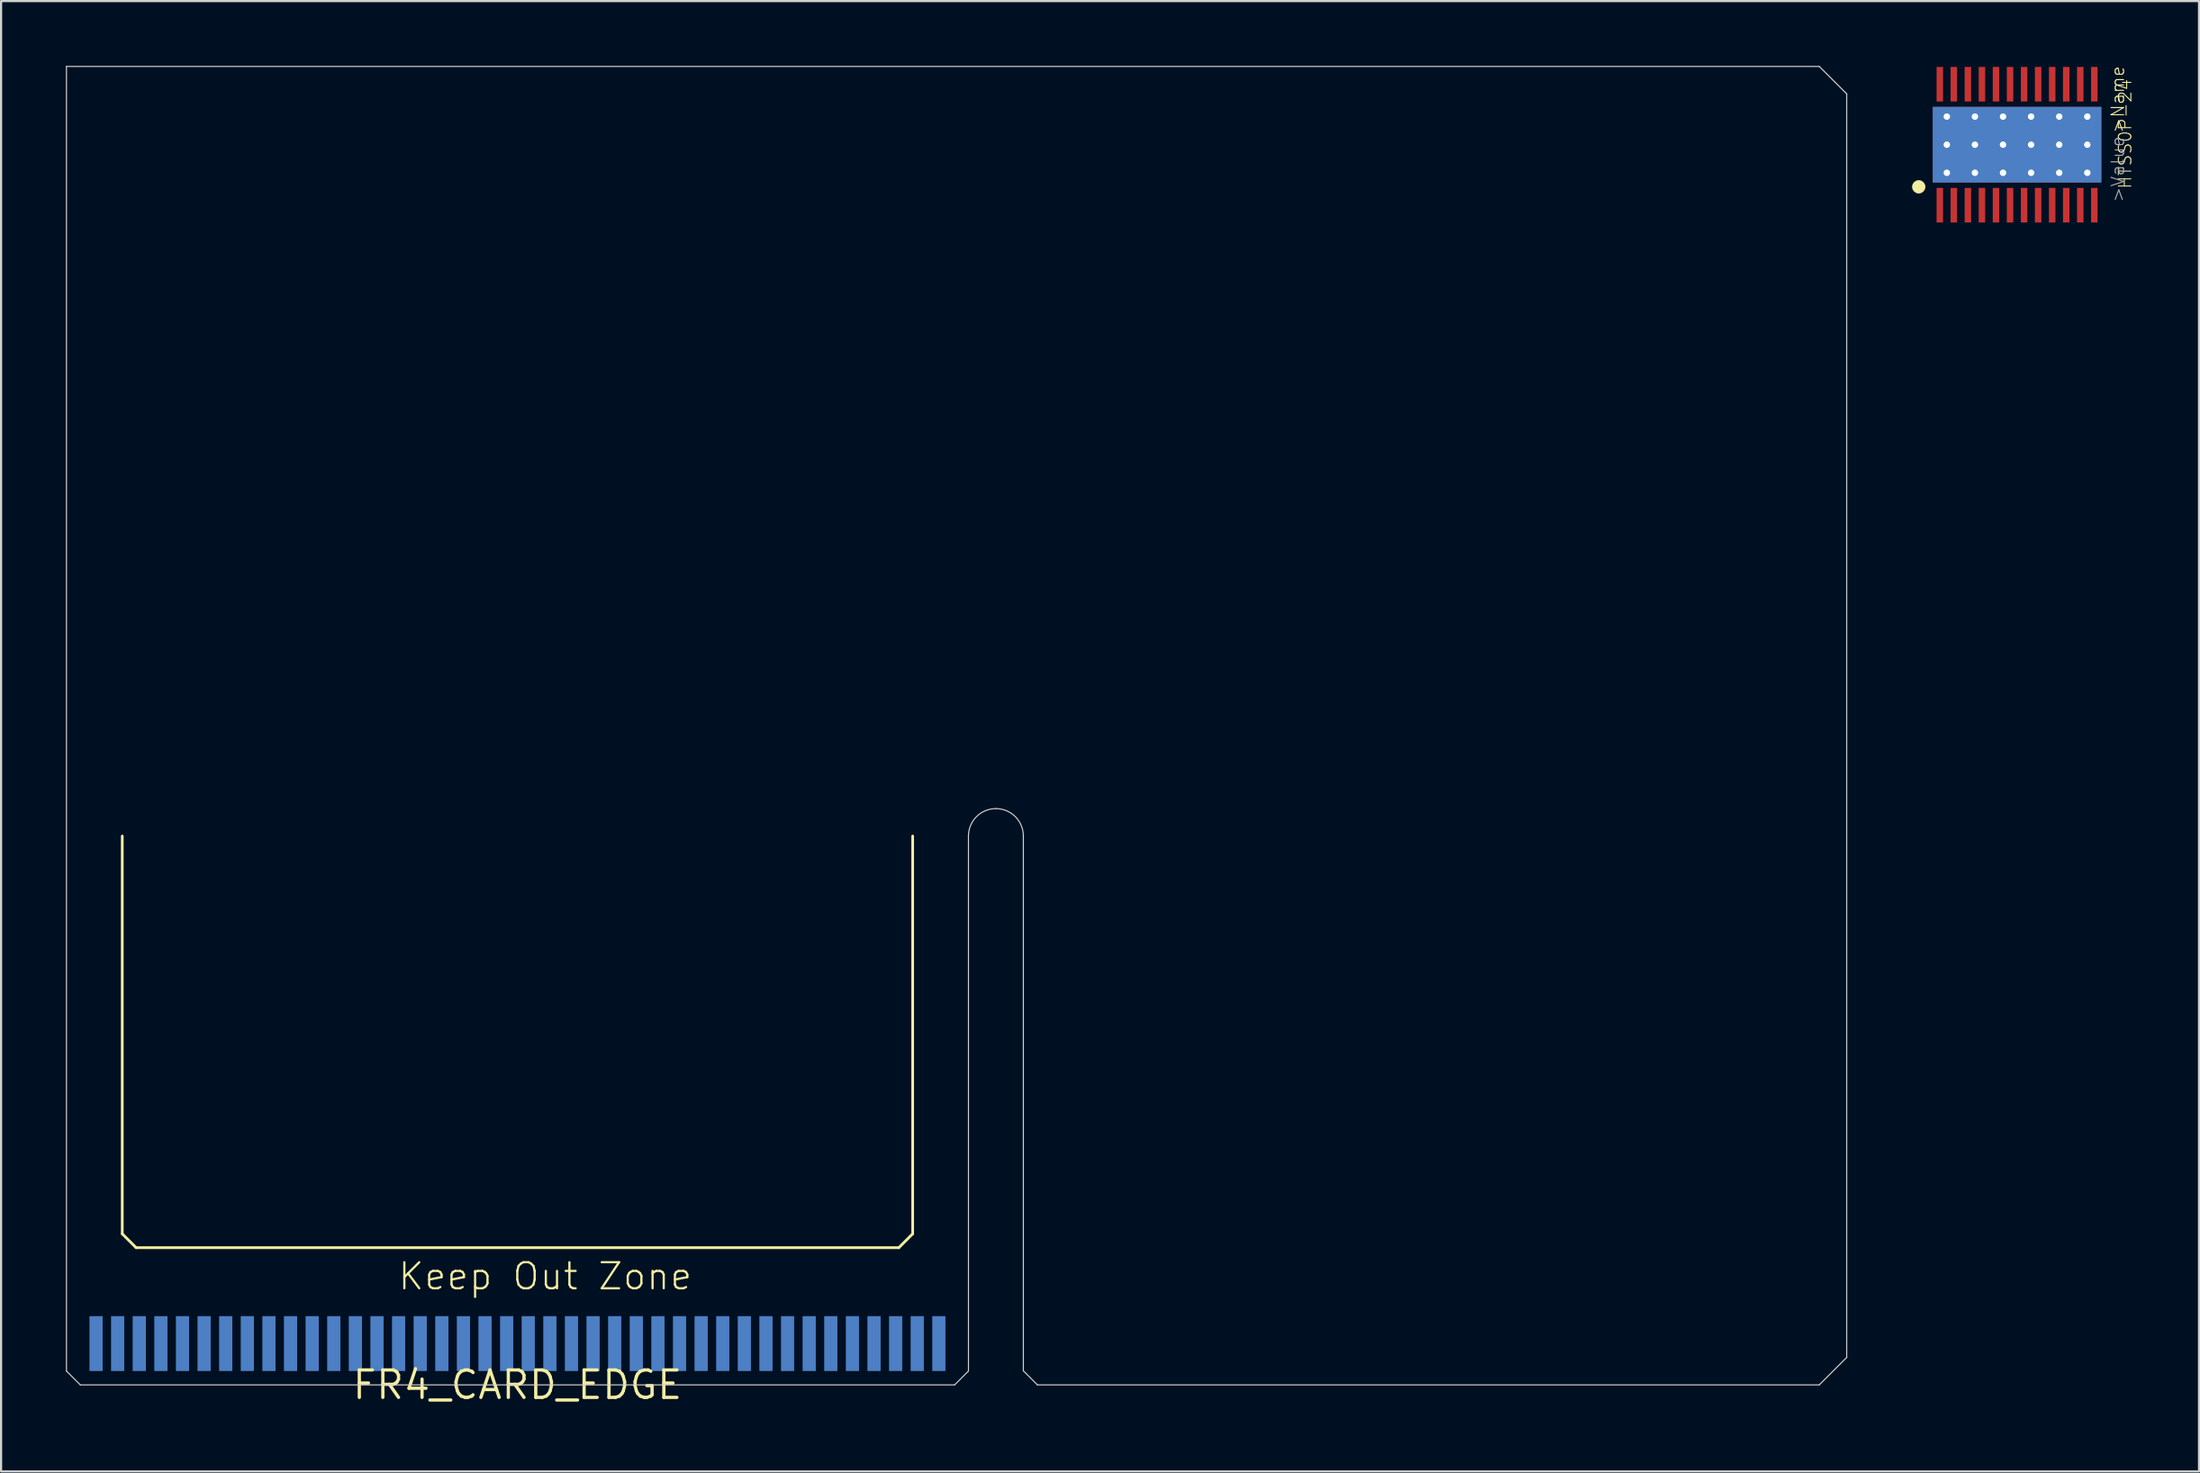
<source format=kicad_pcb>
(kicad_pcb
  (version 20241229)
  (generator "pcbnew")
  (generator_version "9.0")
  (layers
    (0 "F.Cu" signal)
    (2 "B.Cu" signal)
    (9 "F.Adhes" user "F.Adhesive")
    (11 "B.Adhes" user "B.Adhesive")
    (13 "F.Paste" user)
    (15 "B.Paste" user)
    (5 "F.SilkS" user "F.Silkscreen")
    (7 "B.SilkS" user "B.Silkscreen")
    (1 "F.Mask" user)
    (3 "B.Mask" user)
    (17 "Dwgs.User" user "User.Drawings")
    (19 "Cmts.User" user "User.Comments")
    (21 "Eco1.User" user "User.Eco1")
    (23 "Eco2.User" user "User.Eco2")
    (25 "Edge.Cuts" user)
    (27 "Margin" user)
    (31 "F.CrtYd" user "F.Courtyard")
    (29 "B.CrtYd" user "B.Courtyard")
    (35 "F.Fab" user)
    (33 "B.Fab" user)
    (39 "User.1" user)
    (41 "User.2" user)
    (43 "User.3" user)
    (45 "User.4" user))
  (footprint "HTSS0P-24"
    (layer "F.Cu")
    (at 90.288 3.647)
    (property "Reference" "HTSS0P-24" (at 5 -0.5 90) (layer "F.SilkS") (effects (font (size 0.579 0.579) (thickness 0.046))))
    (attr through_hole)
    (fp_poly (pts (xy -2.4 -1.2) (xy 2.4 -1.2) (xy 2.4 1.2) (xy -2.4 1.2)) (stroke (width 0) (type solid)) (fill yes) (layer "F.Mask"))
    (fp_circle (center -4.55 1.95) (end -4.392 1.95) (stroke (width 0.3) (type solid)) (fill no) (layer "F.SilkS"))
    (fp_poly (pts (xy -2.4 -1.2) (xy -0.2 -1.2) (xy -0.2 -0.2) (xy -2.4 -0.2)) (stroke (width 0) (type solid)) (fill yes) (layer "F.Paste"))
    (fp_poly (pts (xy -2.4 0.2) (xy -0.2 0.2) (xy -0.2 1.2) (xy -2.4 1.2)) (stroke (width 0) (type solid)) (fill yes) (layer "F.Paste"))
    (fp_poly (pts (xy 0.2 -1.2) (xy 2.4 -1.2) (xy 2.4 -0.2) (xy 0.2 -0.2)) (stroke (width 0) (type solid)) (fill yes) (layer "F.Paste"))
    (fp_poly (pts (xy 0.2 0.2) (xy 2.4 0.2) (xy 2.4 1.2) (xy 0.2 1.2)) (stroke (width 0) (type solid)) (fill yes) (layer "F.Paste"))
    (fp_text user ">Name" (at 5 -0.5 90) (layer "F.SilkS") (effects (font (size 0.579 0.579) (thickness 0.049)) (justify left bottom)))
    (fp_text user ">Value" (at 5 2.7 90) (layer "F.Fab") (effects (font (size 0.579 0.579) (thickness 0.049)) (justify left bottom)))
    (pad "GND" smd rect (at 0 0 180) (size 7.8 3.5) (layers "B.Cu" "B.Mask"))
    (pad "GND@1" smd rect (at 0 0) (size 7.8 3.5) (layers "F.Cu" "F.Mask"))
    (pad "GND@3" thru_hole circle (at -3.25 -1.3) (size 0.808 0.808) (drill 0.3) (layers "*.Cu" "*.Mask"))
    (pad "GND@4" thru_hole circle (at -1.95 -1.3) (size 0.808 0.808) (drill 0.3) (layers "*.Cu" "*.Mask"))
    (pad "GND@5" thru_hole circle (at -0.65 -1.3) (size 0.808 0.808) (drill 0.3) (layers "*.Cu" "*.Mask"))
    (pad "GND@6" thru_hole circle (at 0.65 -1.3) (size 0.808 0.808) (drill 0.3) (layers "*.Cu" "*.Mask"))
    (pad "GND@7" thru_hole circle (at 1.95 -1.3) (size 0.808 0.808) (drill 0.3) (layers "*.Cu" "*.Mask"))
    (pad "GND@8" thru_hole circle (at 3.25 -1.3) (size 0.808 0.808) (drill 0.3) (layers "*.Cu" "*.Mask"))
    (pad "GND@9" thru_hole circle (at 3.25 0) (size 0.808 0.808) (drill 0.3) (layers "*.Cu" "*.Mask"))
    (pad "GND@10" thru_hole circle (at 1.95 0) (size 0.808 0.808) (drill 0.3) (layers "*.Cu" "*.Mask"))
    (pad "GND@11" thru_hole circle (at 0.65 0) (size 0.808 0.808) (drill 0.3) (layers "*.Cu" "*.Mask"))
    (pad "GND@12" thru_hole circle (at -0.65 0) (size 0.808 0.808) (drill 0.3) (layers "*.Cu" "*.Mask"))
    (pad "GND@13" thru_hole circle (at -1.95 0) (size 0.808 0.808) (drill 0.3) (layers "*.Cu" "*.Mask"))
    (pad "GND@14" thru_hole circle (at -3.25 0) (size 0.808 0.808) (drill 0.3) (layers "*.Cu" "*.Mask"))
    (pad "GND@15" thru_hole circle (at -3.25 1.3) (size 0.808 0.808) (drill 0.3) (layers "*.Cu" "*.Mask"))
    (pad "GND@16" thru_hole circle (at -1.95 1.3) (size 0.808 0.808) (drill 0.3) (layers "*.Cu" "*.Mask"))
    (pad "GND@17" thru_hole circle (at -0.65 1.3) (size 0.808 0.808) (drill 0.3) (layers "*.Cu" "*.Mask"))
    (pad "GND@18" thru_hole circle (at 0.65 1.3) (size 0.808 0.808) (drill 0.3) (layers "*.Cu" "*.Mask"))
    (pad "GND@19" thru_hole circle (at 1.95 1.3) (size 0.808 0.808) (drill 0.3) (layers "*.Cu" "*.Mask"))
    (pad "GND@20" thru_hole circle (at 3.25 1.3) (size 0.808 0.808) (drill 0.3) (layers "*.Cu" "*.Mask"))
    (pad "P$1" smd rect (at -3.575 2.8) (size 0.3 1.6) (layers "F.Cu" "F.Mask" "F.Paste"))
    (pad "P$2" smd rect (at -2.925 2.8) (size 0.3 1.6) (layers "F.Cu" "F.Mask" "F.Paste"))
    (pad "P$3" smd rect (at -2.275 2.8) (size 0.3 1.6) (layers "F.Cu" "F.Mask" "F.Paste"))
    (pad "P$4" smd rect (at -1.625 2.8) (size 0.3 1.6) (layers "F.Cu" "F.Mask" "F.Paste"))
    (pad "P$5" smd rect (at -0.975 2.8) (size 0.3 1.6) (layers "F.Cu" "F.Mask" "F.Paste"))
    (pad "P$6" smd rect (at -0.325 2.8) (size 0.3 1.6) (layers "F.Cu" "F.Mask" "F.Paste"))
    (pad "P$7" smd rect (at 0.325 2.8) (size 0.3 1.6) (layers "F.Cu" "F.Mask" "F.Paste"))
    (pad "P$8" smd rect (at 0.975 2.8) (size 0.3 1.6) (layers "F.Cu" "F.Mask" "F.Paste"))
    (pad "P$9" smd rect (at 1.625 2.8) (size 0.3 1.6) (layers "F.Cu" "F.Mask" "F.Paste"))
    (pad "P$10" smd rect (at 2.275 2.8) (size 0.3 1.6) (layers "F.Cu" "F.Mask" "F.Paste"))
    (pad "P$11" smd rect (at 2.925 2.8) (size 0.3 1.6) (layers "F.Cu" "F.Mask" "F.Paste"))
    (pad "P$12" smd rect (at 3.575 2.8) (size 0.3 1.6) (layers "F.Cu" "F.Mask" "F.Paste"))
    (pad "P$13" smd rect (at 3.575 -2.8) (size 0.3 1.6) (layers "F.Cu" "F.Mask" "F.Paste"))
    (pad "P$14" smd rect (at 2.925 -2.8) (size 0.3 1.6) (layers "F.Cu" "F.Mask" "F.Paste"))
    (pad "P$15" smd rect (at 2.275 -2.8) (size 0.3 1.6) (layers "F.Cu" "F.Mask" "F.Paste"))
    (pad "P$16" smd rect (at 1.625 -2.8) (size 0.3 1.6) (layers "F.Cu" "F.Mask" "F.Paste"))
    (pad "P$17" smd rect (at 0.975 -2.8) (size 0.3 1.6) (layers "F.Cu" "F.Mask" "F.Paste"))
    (pad "P$18" smd rect (at 0.325 -2.8) (size 0.3 1.6) (layers "F.Cu" "F.Mask" "F.Paste"))
    (pad "P$19" smd rect (at -0.325 -2.8) (size 0.3 1.6) (layers "F.Cu" "F.Mask" "F.Paste"))
    (pad "P$20" smd rect (at -0.975 -2.8) (size 0.3 1.6) (layers "F.Cu" "F.Mask" "F.Paste"))
    (pad "P$21" smd rect (at -1.625 -2.8) (size 0.3 1.6) (layers "F.Cu" "F.Mask" "F.Paste"))
    (pad "P$22" smd rect (at -2.275 -2.8) (size 0.3 1.6) (layers "F.Cu" "F.Mask" "F.Paste"))
    (pad "P$23" smd rect (at -2.925 -2.8) (size 0.3 1.6) (layers "F.Cu" "F.Mask" "F.Paste"))
    (pad "P$24" smd rect (at -3.575 -2.8) (size 0.3 1.6) (layers "F.Cu" "F.Mask" "F.Paste")))
  (footprint "FR4_CARD_EDGE"
    (layer "F.Cu")
    (at 20.895 61.045)
    (property "Reference" "FR4_CARD_EDGE" (at 0 0 0) (layer "F.SilkS") (effects (font (size 1.27 1.27) (thickness 0.15))))
    (attr through_hole)
    (fp_line (start -18.288 -6.99) (end -18.288 -25.4) (stroke (width 0.127) (type solid)) (layer "F.SilkS"))
    (fp_line (start -17.648 -6.35) (end -18.288 -6.99) (stroke (width 0.127) (type solid)) (layer "F.SilkS"))
    (fp_line (start 17.648 -6.35) (end -17.648 -6.35) (stroke (width 0.127) (type solid)) (layer "F.SilkS"))
    (fp_line (start 17.648 -6.35) (end 18.288 -6.99) (stroke (width 0.127) (type solid)) (layer "F.SilkS"))
    (fp_line (start 18.288 -6.99) (end 18.288 -25.4) (stroke (width 0.127) (type solid)) (layer "F.SilkS"))
    (fp_line (start -20.87 -0.64) (end -20.87 -61.02) (stroke (width 0.05) (type solid)) (layer "Edge.Cuts"))
    (fp_line (start -20.23 0) (end -20.87 -0.64) (stroke (width 0.05) (type solid)) (layer "Edge.Cuts"))
    (fp_line (start 20.23 0) (end -20.23 0) (stroke (width 0.05) (type solid)) (layer "Edge.Cuts"))
    (fp_line (start 20.23 0) (end 20.87 -0.64) (stroke (width 0.05) (type solid)) (layer "Edge.Cuts"))
    (fp_line (start 20.87 -0.64) (end 20.87 -25.4) (stroke (width 0.05) (type solid)) (layer "Edge.Cuts"))
    (fp_line (start 23.41 -25.4) (end 23.41 -0.65) (stroke (width 0.05) (type solid)) (layer "Edge.Cuts"))
    (fp_line (start 23.41 -0.65) (end 24.06 0) (stroke (width 0.05) (type solid)) (layer "Edge.Cuts"))
    (fp_line (start 24.06 0) (end 60.24 0) (stroke (width 0.05) (type solid)) (layer "Edge.Cuts"))
    (fp_line (start 60.24 -61.02) (end -20.87 -61.02) (stroke (width 0.05) (type solid)) (layer "Edge.Cuts"))
    (fp_line (start 60.24 0) (end 61.51 -1.27) (stroke (width 0.05) (type solid)) (layer "Edge.Cuts"))
    (fp_line (start 61.51 -59.75) (end 60.24 -61.02) (stroke (width 0.05) (type solid)) (layer "Edge.Cuts"))
    (fp_line (start 61.51 -1.27) (end 61.51 -59.75) (stroke (width 0.05) (type solid)) (layer "Edge.Cuts"))
    (fp_arc (start 20.87 -25.4) (mid 21.241974 -26.298026) (end 22.14 -26.67) (stroke (width 0.05) (type solid)) (layer "Edge.Cuts"))
    (fp_arc (start 22.14 -26.67) (mid 23.038026 -26.298026) (end 23.41 -25.4) (stroke (width 0.05) (type solid)) (layer "Edge.Cuts"))
    (fp_text user "Keep Out Zone" (at -5.588 -4.318 0) (layer "F.SilkS") (effects (font (size 1.206 1.206) (thickness 0.102)) (justify left bottom)))
    (pad "P$1" smd rect (at -19.5 -1.91 180) (size 0.61 2.54) (layers "B.Cu" "B.Mask" "B.Paste"))
    (pad "P$2" smd rect (at -18.5 -1.91 180) (size 0.61 2.54) (layers "B.Cu" "B.Mask" "B.Paste"))
    (pad "P$3" smd rect (at -17.5 -1.91 180) (size 0.61 2.54) (layers "B.Cu" "B.Mask" "B.Paste"))
    (pad "P$4" smd rect (at -16.5 -1.91 180) (size 0.61 2.54) (layers "B.Cu" "B.Mask" "B.Paste"))
    (pad "P$5" smd rect (at -15.5 -1.91 180) (size 0.61 2.54) (layers "B.Cu" "B.Mask" "B.Paste"))
    (pad "P$6" smd rect (at -14.5 -1.91 180) (size 0.61 2.54) (layers "B.Cu" "B.Mask" "B.Paste"))
    (pad "P$7" smd rect (at -13.5 -1.91 180) (size 0.61 2.54) (layers "B.Cu" "B.Mask" "B.Paste"))
    (pad "P$8" smd rect (at -12.5 -1.91 180) (size 0.61 2.54) (layers "B.Cu" "B.Mask" "B.Paste"))
    (pad "P$9" smd rect (at -11.5 -1.91 180) (size 0.61 2.54) (layers "B.Cu" "B.Mask" "B.Paste"))
    (pad "P$10" smd rect (at -10.5 -1.91 180) (size 0.61 2.54) (layers "B.Cu" "B.Mask" "B.Paste"))
    (pad "P$11" smd rect (at -9.5 -1.91 180) (size 0.61 2.54) (layers "B.Cu" "B.Mask" "B.Paste"))
    (pad "P$12" smd rect (at -8.5 -1.91 180) (size 0.61 2.54) (layers "B.Cu" "B.Mask" "B.Paste"))
    (pad "P$13" smd rect (at -7.5 -1.91 180) (size 0.61 2.54) (layers "B.Cu" "B.Mask" "B.Paste"))
    (pad "P$14" smd rect (at -6.5 -1.91 180) (size 0.61 2.54) (layers "B.Cu" "B.Mask" "B.Paste"))
    (pad "P$15" smd rect (at -5.5 -1.91 180) (size 0.61 2.54) (layers "B.Cu" "B.Mask" "B.Paste"))
    (pad "P$16" smd rect (at -4.5 -1.91 180) (size 0.61 2.54) (layers "B.Cu" "B.Mask" "B.Paste"))
    (pad "P$17" smd rect (at -3.5 -1.91 180) (size 0.61 2.54) (layers "B.Cu" "B.Mask" "B.Paste"))
    (pad "P$18" smd rect (at -2.5 -1.91 180) (size 0.61 2.54) (layers "B.Cu" "B.Mask" "B.Paste"))
    (pad "P$19" smd rect (at -1.5 -1.91 180) (size 0.61 2.54) (layers "B.Cu" "B.Mask" "B.Paste"))
    (pad "P$20" smd rect (at -0.5 -1.91 180) (size 0.61 2.54) (layers "B.Cu" "B.Mask" "B.Paste"))
    (pad "P$21" smd rect (at 0.5 -1.91 180) (size 0.61 2.54) (layers "B.Cu" "B.Mask" "B.Paste"))
    (pad "P$22" smd rect (at 1.5 -1.91 180) (size 0.61 2.54) (layers "B.Cu" "B.Mask" "B.Paste"))
    (pad "P$23" smd rect (at 2.5 -1.91 180) (size 0.61 2.54) (layers "B.Cu" "B.Mask" "B.Paste"))
    (pad "P$24" smd rect (at 3.5 -1.91 180) (size 0.61 2.54) (layers "B.Cu" "B.Mask" "B.Paste"))
    (pad "P$25" smd rect (at 4.5 -1.91 180) (size 0.61 2.54) (layers "B.Cu" "B.Mask" "B.Paste"))
    (pad "P$26" smd rect (at 5.5 -1.91 180) (size 0.61 2.54) (layers "B.Cu" "B.Mask" "B.Paste"))
    (pad "P$27" smd rect (at 6.5 -1.91 180) (size 0.61 2.54) (layers "B.Cu" "B.Mask" "B.Paste"))
    (pad "P$28" smd rect (at 7.5 -1.91 180) (size 0.61 2.54) (layers "B.Cu" "B.Mask" "B.Paste"))
    (pad "P$29" smd rect (at 8.5 -1.91 180) (size 0.61 2.54) (layers "B.Cu" "B.Mask" "B.Paste"))
    (pad "P$30" smd rect (at 9.5 -1.91 180) (size 0.61 2.54) (layers "B.Cu" "B.Mask" "B.Paste"))
    (pad "P$31" smd rect (at 10.5 -1.91 180) (size 0.61 2.54) (layers "B.Cu" "B.Mask" "B.Paste"))
    (pad "P$32" smd rect (at 11.5 -1.91 180) (size 0.61 2.54) (layers "B.Cu" "B.Mask" "B.Paste"))
    (pad "P$33" smd rect (at 12.5 -1.91 180) (size 0.61 2.54) (layers "B.Cu" "B.Mask" "B.Paste"))
    (pad "P$34" smd rect (at 13.5 -1.91 180) (size 0.61 2.54) (layers "B.Cu" "B.Mask" "B.Paste"))
    (pad "P$35" smd rect (at 14.5 -1.91 180) (size 0.61 2.54) (layers "B.Cu" "B.Mask" "B.Paste"))
    (pad "P$36" smd rect (at 15.5 -1.91 180) (size 0.61 2.54) (layers "B.Cu" "B.Mask" "B.Paste"))
    (pad "P$37" smd rect (at 16.5 -1.91 180) (size 0.61 2.54) (layers "B.Cu" "B.Mask" "B.Paste"))
    (pad "P$38" smd rect (at 17.5 -1.91 180) (size 0.61 2.54) (layers "B.Cu" "B.Mask" "B.Paste"))
    (pad "P$39" smd rect (at 18.5 -1.91 180) (size 0.61 2.54) (layers "B.Cu" "B.Mask" "B.Paste"))
    (pad "P$40" smd rect (at 19.5 -1.91 180) (size 0.61 2.54) (layers "B.Cu" "B.Mask" "B.Paste")))
  (gr_rect
    (start -3 -3)
    (end 98.708 65.051)
    (stroke (width 0.1) (type default))
    (fill no)
    (layer "Edge.Cuts")))
</source>
